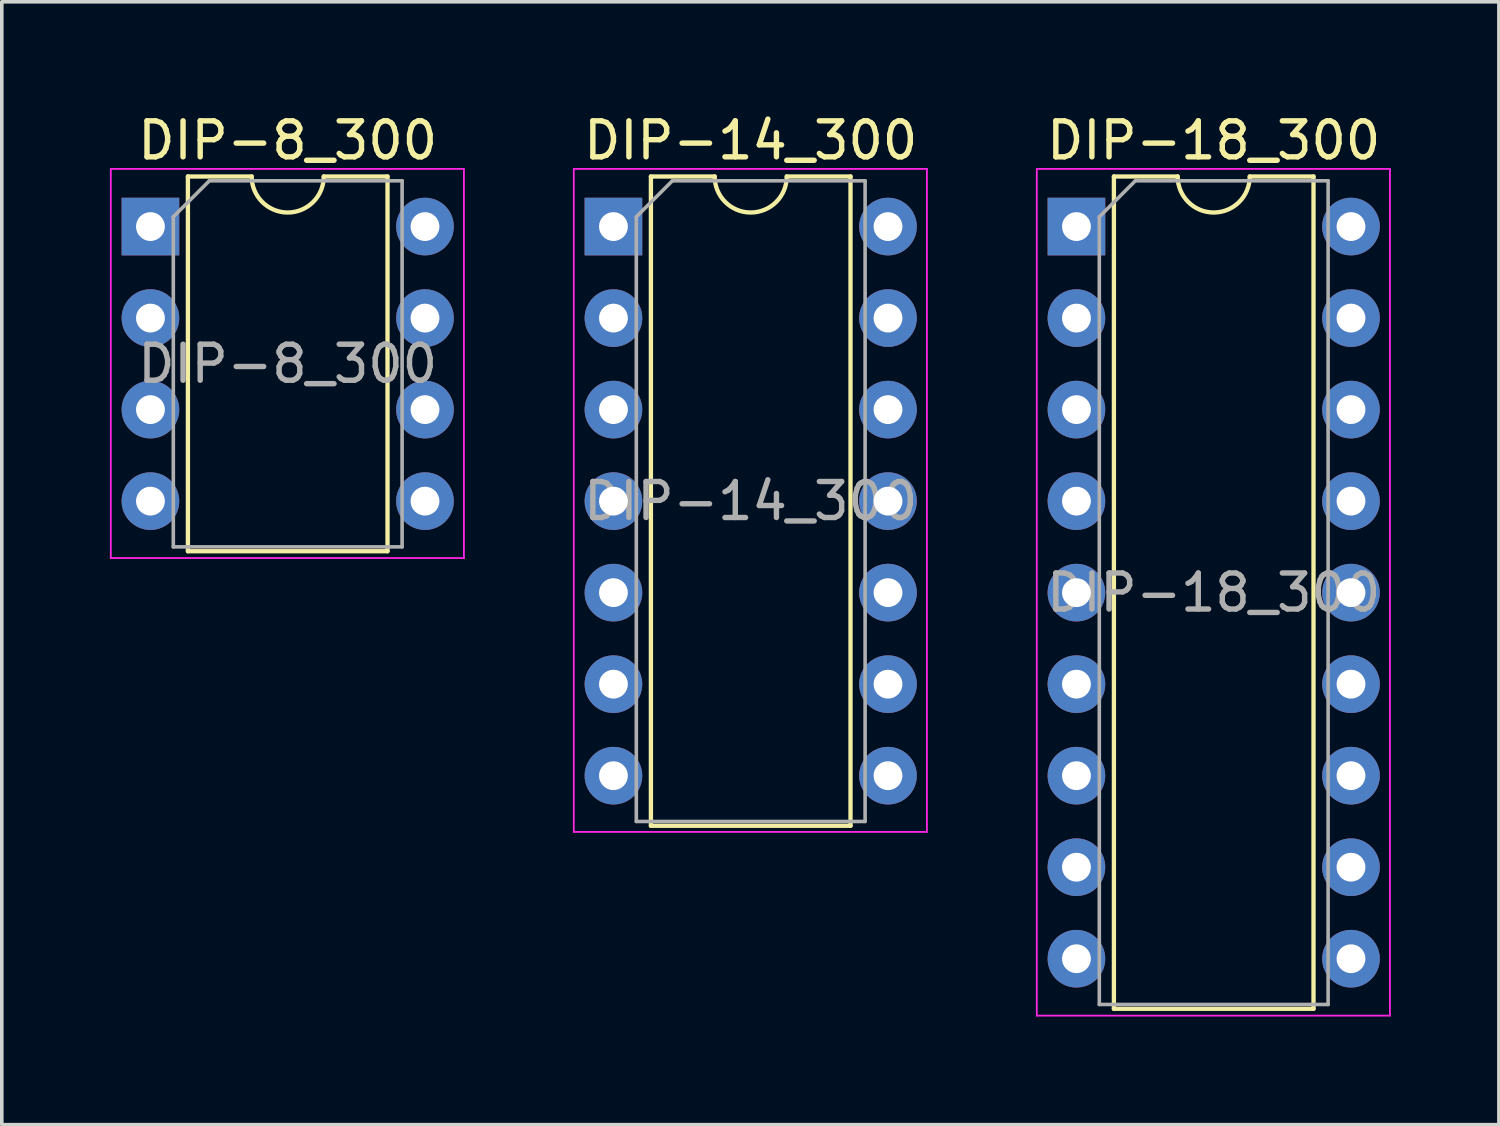
<source format=kicad_pcb>
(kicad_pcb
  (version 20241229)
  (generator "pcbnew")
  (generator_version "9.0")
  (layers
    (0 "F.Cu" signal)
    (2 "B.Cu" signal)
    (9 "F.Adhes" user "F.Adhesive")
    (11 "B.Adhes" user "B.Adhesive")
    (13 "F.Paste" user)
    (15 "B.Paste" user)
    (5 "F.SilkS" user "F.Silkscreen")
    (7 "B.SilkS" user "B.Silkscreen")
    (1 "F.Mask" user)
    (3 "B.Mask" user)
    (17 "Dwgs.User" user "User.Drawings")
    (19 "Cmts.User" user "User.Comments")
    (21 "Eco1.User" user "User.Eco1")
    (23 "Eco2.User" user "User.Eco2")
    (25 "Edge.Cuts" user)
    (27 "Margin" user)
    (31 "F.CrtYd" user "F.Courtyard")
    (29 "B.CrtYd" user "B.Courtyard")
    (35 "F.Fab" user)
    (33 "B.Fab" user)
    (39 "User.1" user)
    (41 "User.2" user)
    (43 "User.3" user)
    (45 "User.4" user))
  (footprint "DIP-18_300"
    (layer "F.Cu")
    (at 26.825 3.238)
    (property "Reference" "DIP-18_300" (at 3.81 -2.39 0) (layer "F.SilkS") (effects (font (size 1 1) (thickness 0.15))))
    (attr through_hole)
    (fp_line (start 1.04 -1.39) (end 1.04 21.71) (stroke (width 0.12) (type solid)) (layer "F.SilkS"))
    (fp_line (start 1.04 21.71) (end 6.58 21.71) (stroke (width 0.12) (type solid)) (layer "F.SilkS"))
    (fp_line (start 2.81 -1.39) (end 1.04 -1.39) (stroke (width 0.12) (type solid)) (layer "F.SilkS"))
    (fp_line (start 6.58 -1.39) (end 4.81 -1.39) (stroke (width 0.12) (type solid)) (layer "F.SilkS"))
    (fp_line (start 6.58 21.71) (end 6.58 -1.39) (stroke (width 0.12) (type solid)) (layer "F.SilkS"))
    (fp_arc (start 4.81 -1.39) (mid 3.81 -0.39) (end 2.81 -1.39) (stroke (width 0.12) (type solid)) (layer "F.SilkS"))
    (fp_line (start -1.1 -1.6) (end -1.1 21.9) (stroke (width 0.05) (type solid)) (layer "F.CrtYd"))
    (fp_line (start -1.1 21.9) (end 8.7 21.9) (stroke (width 0.05) (type solid)) (layer "F.CrtYd"))
    (fp_line (start 8.7 -1.6) (end -1.1 -1.6) (stroke (width 0.05) (type solid)) (layer "F.CrtYd"))
    (fp_line (start 8.7 21.9) (end 8.7 -1.6) (stroke (width 0.05) (type solid)) (layer "F.CrtYd"))
    (fp_line (start 0.635 -0.27) (end 1.635 -1.27) (stroke (width 0.1) (type solid)) (layer "F.Fab"))
    (fp_line (start 0.635 21.59) (end 0.635 -0.27) (stroke (width 0.1) (type solid)) (layer "F.Fab"))
    (fp_line (start 1.635 -1.27) (end 6.985 -1.27) (stroke (width 0.1) (type solid)) (layer "F.Fab"))
    (fp_line (start 6.985 -1.27) (end 6.985 21.59) (stroke (width 0.1) (type solid)) (layer "F.Fab"))
    (fp_line (start 6.985 21.59) (end 0.635 21.59) (stroke (width 0.1) (type solid)) (layer "F.Fab"))
    (fp_text user "${REFERENCE}" (at 3.81 10.16 0) (layer "F.Fab") (effects (font (size 1 1) (thickness 0.15))))
    (pad "1" thru_hole rect (at 0 0) (size 1.6 1.6) (drill 0.8) (layers "*.Cu" "*.Mask"))
    (pad "2" thru_hole oval (at 0 2.54) (size 1.6 1.6) (drill 0.8) (layers "*.Cu" "*.Mask"))
    (pad "3" thru_hole oval (at 0 5.08) (size 1.6 1.6) (drill 0.8) (layers "*.Cu" "*.Mask"))
    (pad "4" thru_hole oval (at 0 7.62) (size 1.6 1.6) (drill 0.8) (layers "*.Cu" "*.Mask"))
    (pad "5" thru_hole oval (at 0 10.16) (size 1.6 1.6) (drill 0.8) (layers "*.Cu" "*.Mask"))
    (pad "6" thru_hole oval (at 0 12.7) (size 1.6 1.6) (drill 0.8) (layers "*.Cu" "*.Mask"))
    (pad "7" thru_hole oval (at 0 15.24) (size 1.6 1.6) (drill 0.8) (layers "*.Cu" "*.Mask"))
    (pad "8" thru_hole oval (at 0 17.78) (size 1.6 1.6) (drill 0.8) (layers "*.Cu" "*.Mask"))
    (pad "9" thru_hole oval (at 0 20.32) (size 1.6 1.6) (drill 0.8) (layers "*.Cu" "*.Mask"))
    (pad "10" thru_hole oval (at 7.62 20.32) (size 1.6 1.6) (drill 0.8) (layers "*.Cu" "*.Mask"))
    (pad "11" thru_hole oval (at 7.62 17.78) (size 1.6 1.6) (drill 0.8) (layers "*.Cu" "*.Mask"))
    (pad "12" thru_hole oval (at 7.62 15.24) (size 1.6 1.6) (drill 0.8) (layers "*.Cu" "*.Mask"))
    (pad "13" thru_hole oval (at 7.62 12.7) (size 1.6 1.6) (drill 0.8) (layers "*.Cu" "*.Mask"))
    (pad "14" thru_hole oval (at 7.62 10.16) (size 1.6 1.6) (drill 0.8) (layers "*.Cu" "*.Mask"))
    (pad "15" thru_hole oval (at 7.62 7.62) (size 1.6 1.6) (drill 0.8) (layers "*.Cu" "*.Mask"))
    (pad "16" thru_hole oval (at 7.62 5.08) (size 1.6 1.6) (drill 0.8) (layers "*.Cu" "*.Mask"))
    (pad "17" thru_hole oval (at 7.62 2.54) (size 1.6 1.6) (drill 0.8) (layers "*.Cu" "*.Mask"))
    (pad "18" thru_hole oval (at 7.62 0) (size 1.6 1.6) (drill 0.8) (layers "*.Cu" "*.Mask")))
  (footprint "DIP-14_300"
    (layer "F.Cu")
    (at 13.975 3.238)
    (property "Reference" "DIP-14_300" (at 3.81 -2.39 0) (layer "F.SilkS") (effects (font (size 1 1) (thickness 0.15))))
    (attr through_hole)
    (fp_line (start 1.04 -1.39) (end 1.04 16.63) (stroke (width 0.12) (type solid)) (layer "F.SilkS"))
    (fp_line (start 1.04 16.63) (end 6.58 16.63) (stroke (width 0.12) (type solid)) (layer "F.SilkS"))
    (fp_line (start 2.81 -1.39) (end 1.04 -1.39) (stroke (width 0.12) (type solid)) (layer "F.SilkS"))
    (fp_line (start 6.58 -1.39) (end 4.81 -1.39) (stroke (width 0.12) (type solid)) (layer "F.SilkS"))
    (fp_line (start 6.58 16.63) (end 6.58 -1.39) (stroke (width 0.12) (type solid)) (layer "F.SilkS"))
    (fp_arc (start 4.81 -1.39) (mid 3.81 -0.39) (end 2.81 -1.39) (stroke (width 0.12) (type solid)) (layer "F.SilkS"))
    (fp_line (start -1.1 -1.6) (end -1.1 16.8) (stroke (width 0.05) (type solid)) (layer "F.CrtYd"))
    (fp_line (start -1.1 16.8) (end 8.7 16.8) (stroke (width 0.05) (type solid)) (layer "F.CrtYd"))
    (fp_line (start 8.7 -1.6) (end -1.1 -1.6) (stroke (width 0.05) (type solid)) (layer "F.CrtYd"))
    (fp_line (start 8.7 16.8) (end 8.7 -1.6) (stroke (width 0.05) (type solid)) (layer "F.CrtYd"))
    (fp_line (start 0.635 -0.27) (end 1.635 -1.27) (stroke (width 0.1) (type solid)) (layer "F.Fab"))
    (fp_line (start 0.635 16.51) (end 0.635 -0.27) (stroke (width 0.1) (type solid)) (layer "F.Fab"))
    (fp_line (start 1.635 -1.27) (end 6.985 -1.27) (stroke (width 0.1) (type solid)) (layer "F.Fab"))
    (fp_line (start 6.985 -1.27) (end 6.985 16.51) (stroke (width 0.1) (type solid)) (layer "F.Fab"))
    (fp_line (start 6.985 16.51) (end 0.635 16.51) (stroke (width 0.1) (type solid)) (layer "F.Fab"))
    (fp_text user "${REFERENCE}" (at 3.81 7.62 0) (layer "F.Fab") (effects (font (size 1 1) (thickness 0.15))))
    (pad "1" thru_hole rect (at 0 0) (size 1.6 1.6) (drill 0.8) (layers "*.Cu" "*.Mask"))
    (pad "2" thru_hole oval (at 0 2.54) (size 1.6 1.6) (drill 0.8) (layers "*.Cu" "*.Mask"))
    (pad "3" thru_hole oval (at 0 5.08) (size 1.6 1.6) (drill 0.8) (layers "*.Cu" "*.Mask"))
    (pad "4" thru_hole oval (at 0 7.62) (size 1.6 1.6) (drill 0.8) (layers "*.Cu" "*.Mask"))
    (pad "5" thru_hole oval (at 0 10.16) (size 1.6 1.6) (drill 0.8) (layers "*.Cu" "*.Mask"))
    (pad "6" thru_hole oval (at 0 12.7) (size 1.6 1.6) (drill 0.8) (layers "*.Cu" "*.Mask"))
    (pad "7" thru_hole oval (at 0 15.24) (size 1.6 1.6) (drill 0.8) (layers "*.Cu" "*.Mask"))
    (pad "8" thru_hole oval (at 7.62 15.24) (size 1.6 1.6) (drill 0.8) (layers "*.Cu" "*.Mask"))
    (pad "9" thru_hole oval (at 7.62 12.7) (size 1.6 1.6) (drill 0.8) (layers "*.Cu" "*.Mask"))
    (pad "10" thru_hole oval (at 7.62 10.16) (size 1.6 1.6) (drill 0.8) (layers "*.Cu" "*.Mask"))
    (pad "11" thru_hole oval (at 7.62 7.62) (size 1.6 1.6) (drill 0.8) (layers "*.Cu" "*.Mask"))
    (pad "12" thru_hole oval (at 7.62 5.08) (size 1.6 1.6) (drill 0.8) (layers "*.Cu" "*.Mask"))
    (pad "13" thru_hole oval (at 7.62 2.54) (size 1.6 1.6) (drill 0.8) (layers "*.Cu" "*.Mask"))
    (pad "14" thru_hole oval (at 7.62 0) (size 1.6 1.6) (drill 0.8) (layers "*.Cu" "*.Mask")))
  (footprint "DIP-8_300"
    (layer "F.Cu")
    (at 1.125 3.238)
    (property "Reference" "DIP-8_300" (at 3.81 -2.39 0) (layer "F.SilkS") (effects (font (size 1 1) (thickness 0.15))))
    (attr through_hole)
    (fp_line (start 1.04 -1.39) (end 1.04 9.01) (stroke (width 0.12) (type solid)) (layer "F.SilkS"))
    (fp_line (start 1.04 9.01) (end 6.58 9.01) (stroke (width 0.12) (type solid)) (layer "F.SilkS"))
    (fp_line (start 2.81 -1.39) (end 1.04 -1.39) (stroke (width 0.12) (type solid)) (layer "F.SilkS"))
    (fp_line (start 6.58 -1.39) (end 4.81 -1.39) (stroke (width 0.12) (type solid)) (layer "F.SilkS"))
    (fp_line (start 6.58 9.01) (end 6.58 -1.39) (stroke (width 0.12) (type solid)) (layer "F.SilkS"))
    (fp_arc (start 4.81 -1.39) (mid 3.81 -0.39) (end 2.81 -1.39) (stroke (width 0.12) (type solid)) (layer "F.SilkS"))
    (fp_line (start -1.1 -1.6) (end -1.1 9.2) (stroke (width 0.05) (type solid)) (layer "F.CrtYd"))
    (fp_line (start -1.1 9.2) (end 8.7 9.2) (stroke (width 0.05) (type solid)) (layer "F.CrtYd"))
    (fp_line (start 8.7 -1.6) (end -1.1 -1.6) (stroke (width 0.05) (type solid)) (layer "F.CrtYd"))
    (fp_line (start 8.7 9.2) (end 8.7 -1.6) (stroke (width 0.05) (type solid)) (layer "F.CrtYd"))
    (fp_line (start 0.635 -0.27) (end 1.635 -1.27) (stroke (width 0.1) (type solid)) (layer "F.Fab"))
    (fp_line (start 0.635 8.89) (end 0.635 -0.27) (stroke (width 0.1) (type solid)) (layer "F.Fab"))
    (fp_line (start 1.635 -1.27) (end 6.985 -1.27) (stroke (width 0.1) (type solid)) (layer "F.Fab"))
    (fp_line (start 6.985 -1.27) (end 6.985 8.89) (stroke (width 0.1) (type solid)) (layer "F.Fab"))
    (fp_line (start 6.985 8.89) (end 0.635 8.89) (stroke (width 0.1) (type solid)) (layer "F.Fab"))
    (fp_text user "${REFERENCE}" (at 3.81 3.81 0) (layer "F.Fab") (effects (font (size 1 1) (thickness 0.15))))
    (pad "1" thru_hole rect (at 0 0) (size 1.6 1.6) (drill 0.8) (layers "*.Cu" "*.Mask"))
    (pad "2" thru_hole oval (at 0 2.54) (size 1.6 1.6) (drill 0.8) (layers "*.Cu" "*.Mask"))
    (pad "3" thru_hole oval (at 0 5.08) (size 1.6 1.6) (drill 0.8) (layers "*.Cu" "*.Mask"))
    (pad "4" thru_hole oval (at 0 7.62) (size 1.6 1.6) (drill 0.8) (layers "*.Cu" "*.Mask"))
    (pad "5" thru_hole oval (at 7.62 7.62) (size 1.6 1.6) (drill 0.8) (layers "*.Cu" "*.Mask"))
    (pad "6" thru_hole oval (at 7.62 5.08) (size 1.6 1.6) (drill 0.8) (layers "*.Cu" "*.Mask"))
    (pad "7" thru_hole oval (at 7.62 2.54) (size 1.6 1.6) (drill 0.8) (layers "*.Cu" "*.Mask"))
    (pad "8" thru_hole oval (at 7.62 0) (size 1.6 1.6) (drill 0.8) (layers "*.Cu" "*.Mask")))
  (gr_rect
    (start -3 -3)
    (end 38.55 28.163)
    (stroke (width 0.1) (type default))
    (fill no)
    (layer "Edge.Cuts")))
</source>
